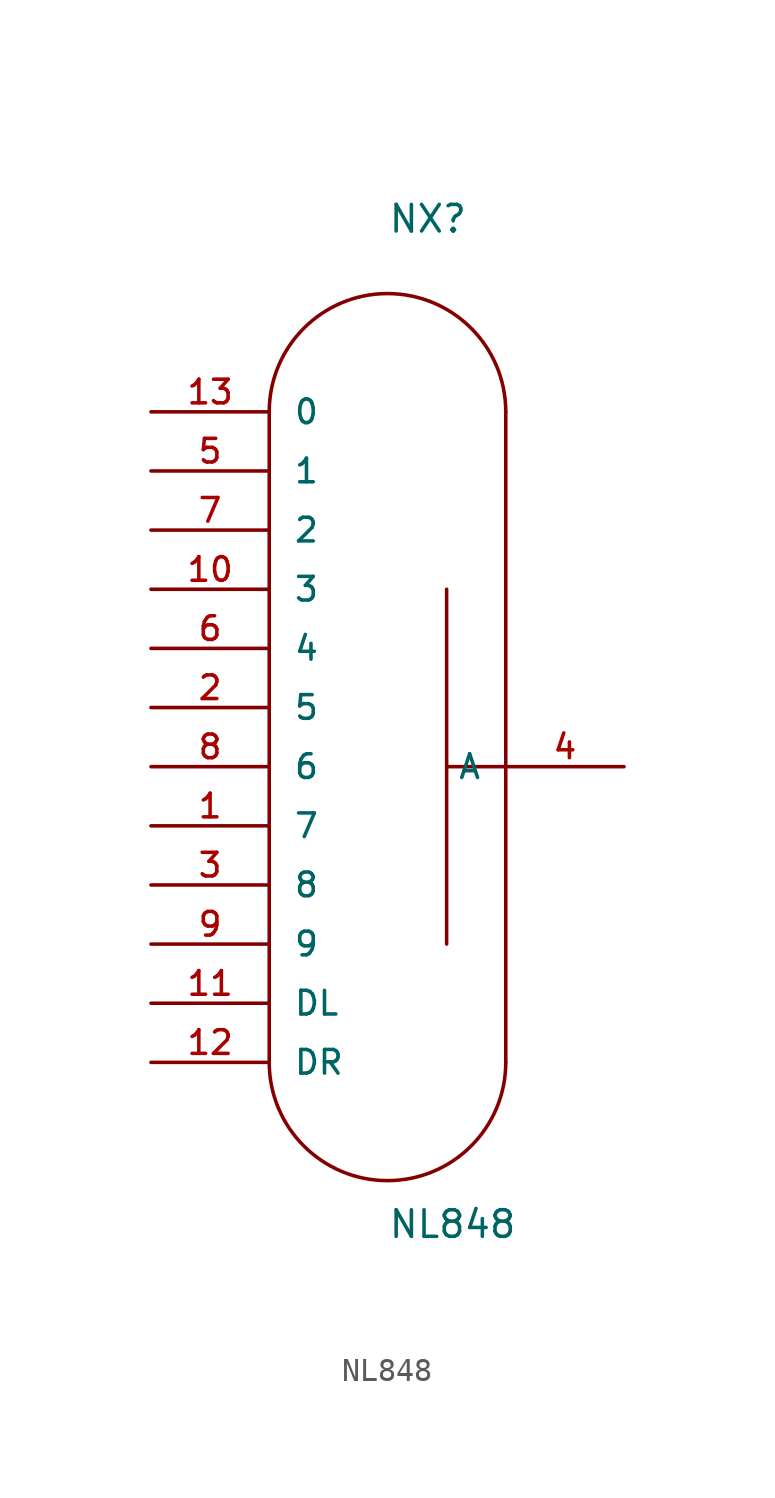
<source format=kicad_sym>
(kicad_symbol_lib
  (version 20220914)
  (generator kicad_symbol_editor)
  (symbol "NL848"
    (pin_names
      (offset 1.016))
    (property "Reference" "NX"
      (at 0 22.86 0)
      (effects (font (size 1.143 1.143)) (justify left bottom)))
    (property "Value" "NL848"
      (at 0 -20.32 0)
      (effects (font (size 1.143 1.143)) (justify left bottom)))
    (property "ki_locked" ""
      (at 0 0 0)
      (effects (font (size 1.27 1.27))))
    (symbol "NL848_1_0"
      (polyline (pts (xy -5.08 15.24) (xy -5.08 -12.7)) (stroke (width 0) (type solid)) (fill (type none)))
      (polyline (pts (xy 2.54 -7.62) (xy 2.54 7.62)) (stroke (width 0) (type solid)) (fill (type none)))
      (polyline (pts (xy 5.08 0) (xy 2.54 0)) (stroke (width 0) (type solid)) (fill (type none)))
      (polyline (pts (xy 5.08 15.24) (xy 5.08 -12.7)) (stroke (width 0) (type solid)) (fill (type none))))
    (symbol "NL848_1_1"
      (arc (start -5.08 -12.7) (mid 0 -17.7579) (end 5.08 -12.7) (stroke (width 0) (type solid)) (fill (type none)))
      (arc (start 5.08 15.24) (mid 0 20.2979) (end -5.08 15.24) (stroke (width 0) (type solid)) (fill (type none)))
      (pin passive line (at -10.16 -2.54 0) (length 5.08) (name "7" (effects (font (size 1.016 1.016)))) (number "1" (effects (font (size 1.016 1.016)))))
      (pin passive line (at -10.16 7.62 0) (length 5.08) (name "3" (effects (font (size 1.016 1.016)))) (number "10" (effects (font (size 1.016 1.016)))))
      (pin passive line (at -10.16 -10.16 0) (length 5.08) (name "DL" (effects (font (size 1.016 1.016)))) (number "11" (effects (font (size 1.016 1.016)))))
      (pin passive line (at -10.16 -12.7 0) (length 5.08) (name "DR" (effects (font (size 1.016 1.016)))) (number "12" (effects (font (size 1.016 1.016)))))
      (pin passive line (at -10.16 15.24 0) (length 5.08) (name "0" (effects (font (size 1.016 1.016)))) (number "13" (effects (font (size 1.016 1.016)))))
      (pin passive line (at -10.16 2.54 0) (length 5.08) (name "5" (effects (font (size 1.016 1.016)))) (number "2" (effects (font (size 1.016 1.016)))))
      (pin passive line (at -10.16 -5.08 0) (length 5.08) (name "8" (effects (font (size 1.016 1.016)))) (number "3" (effects (font (size 1.016 1.016)))))
      (pin passive line (at 10.16 0 180) (length 5.08) (name "A" (effects (font (size 1.016 1.016)))) (number "4" (effects (font (size 1.016 1.016)))))
      (pin passive line (at -10.16 12.7 0) (length 5.08) (name "1" (effects (font (size 1.016 1.016)))) (number "5" (effects (font (size 1.016 1.016)))))
      (pin passive line (at -10.16 5.08 0) (length 5.08) (name "4" (effects (font (size 1.016 1.016)))) (number "6" (effects (font (size 1.016 1.016)))))
      (pin passive line (at -10.16 10.16 0) (length 5.08) (name "2" (effects (font (size 1.016 1.016)))) (number "7" (effects (font (size 1.016 1.016)))))
      (pin passive line (at -10.16 0 0) (length 5.08) (name "6" (effects (font (size 1.016 1.016)))) (number "8" (effects (font (size 1.016 1.016)))))
      (pin passive line (at -10.16 -7.62 0) (length 5.08) (name "9" (effects (font (size 1.016 1.016)))) (number "9" (effects (font (size 1.016 1.016))))))))
</source>
